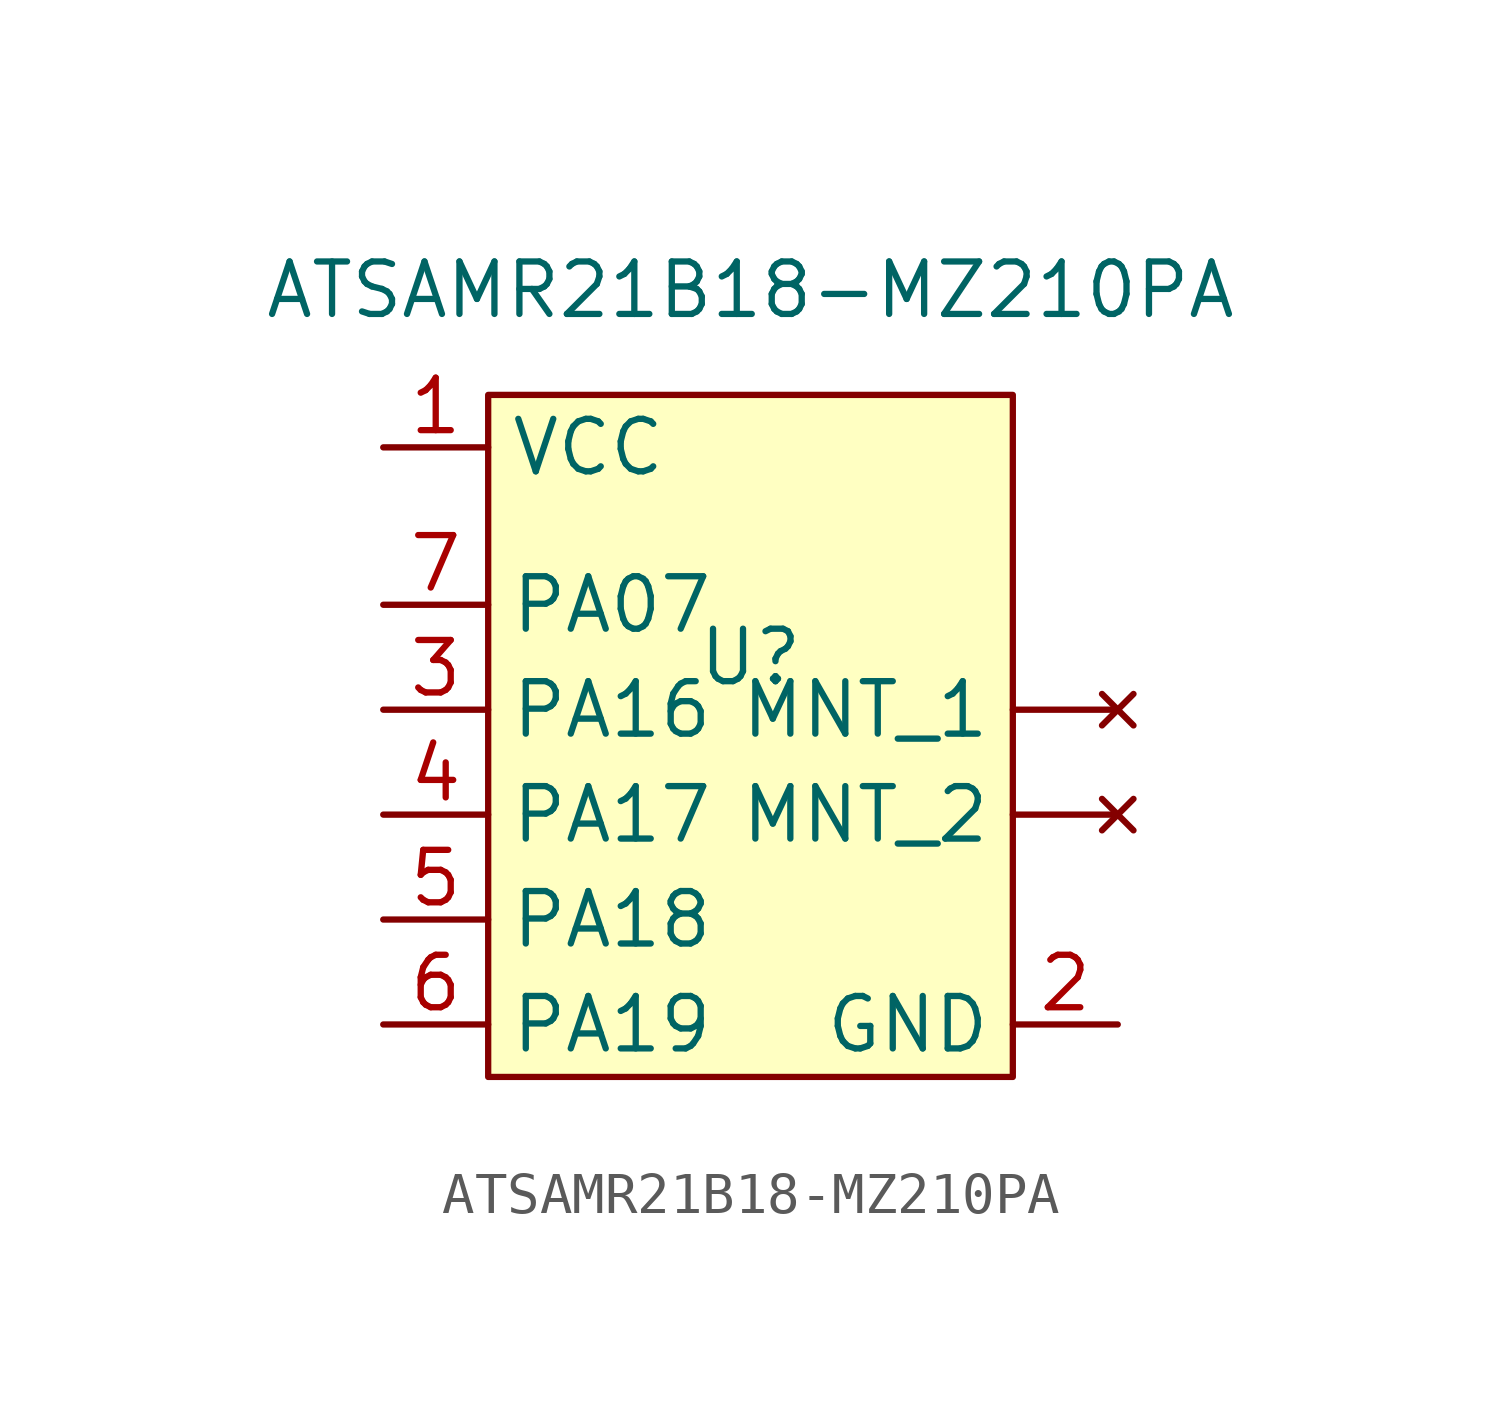
<source format=kicad_sym>
(kicad_symbol_lib
  (version 20211014)
  (generator kicad_symbol_editor)
  (symbol "ATSAMR21B18-MZ210PA"
    (property "Reference" "U"
      (at 0 2.54 0)
      (effects (font (size 1.27 1.27))))
    (property "Value" "ATSAMR21B18-MZ210PA"
      (at 0 11.43 0)
      (effects (font (size 1.27 1.27))))
    (symbol "ATSAMR21B18-MZ210PA_0_1"
      (rectangle (start -6.35 8.89) (end 6.35 -7.62) (stroke (width 0) (type default) (color 0 0 0 0)) (fill (type background))))
    (symbol "ATSAMR21B18-MZ210PA_1_1"
      (pin no_connect line (at 8.89 1.27 180) (length 2.54) (name "MNT_1" (effects (font (size 1.27 1.27)))) (number "" (effects (font (size 1.27 1.27)))))
      (pin no_connect line (at 8.89 -1.27 180) (length 2.54) (name "MNT_2" (effects (font (size 1.27 1.27)))) (number "" (effects (font (size 1.27 1.27)))))
      (pin power_in line (at -8.89 7.62 0) (length 2.54) (name "VCC" (effects (font (size 1.27 1.27)))) (number "1" (effects (font (size 1.27 1.27)))))
      (pin power_in line (at 8.89 -6.35 180) (length 2.54) (name "GND" (effects (font (size 1.27 1.27)))) (number "2" (effects (font (size 1.27 1.27)))))
      (pin bidirectional line (at -8.89 1.27 0) (length 2.54) (name "PA16" (effects (font (size 1.27 1.27)))) (number "3" (effects (font (size 1.27 1.27)))))
      (pin bidirectional line (at -8.89 -1.27 0) (length 2.54) (name "PA17" (effects (font (size 1.27 1.27)))) (number "4" (effects (font (size 1.27 1.27)))))
      (pin bidirectional line (at -8.89 -3.81 0) (length 2.54) (name "PA18" (effects (font (size 1.27 1.27)))) (number "5" (effects (font (size 1.27 1.27)))))
      (pin bidirectional line (at -8.89 -6.35 0) (length 2.54) (name "PA19" (effects (font (size 1.27 1.27)))) (number "6" (effects (font (size 1.27 1.27)))))
      (pin bidirectional line (at -8.89 3.81 0) (length 2.54) (name "PA07" (effects (font (size 1.27 1.27)))) (number "7" (effects (font (size 1.27 1.27))))))))
</source>
